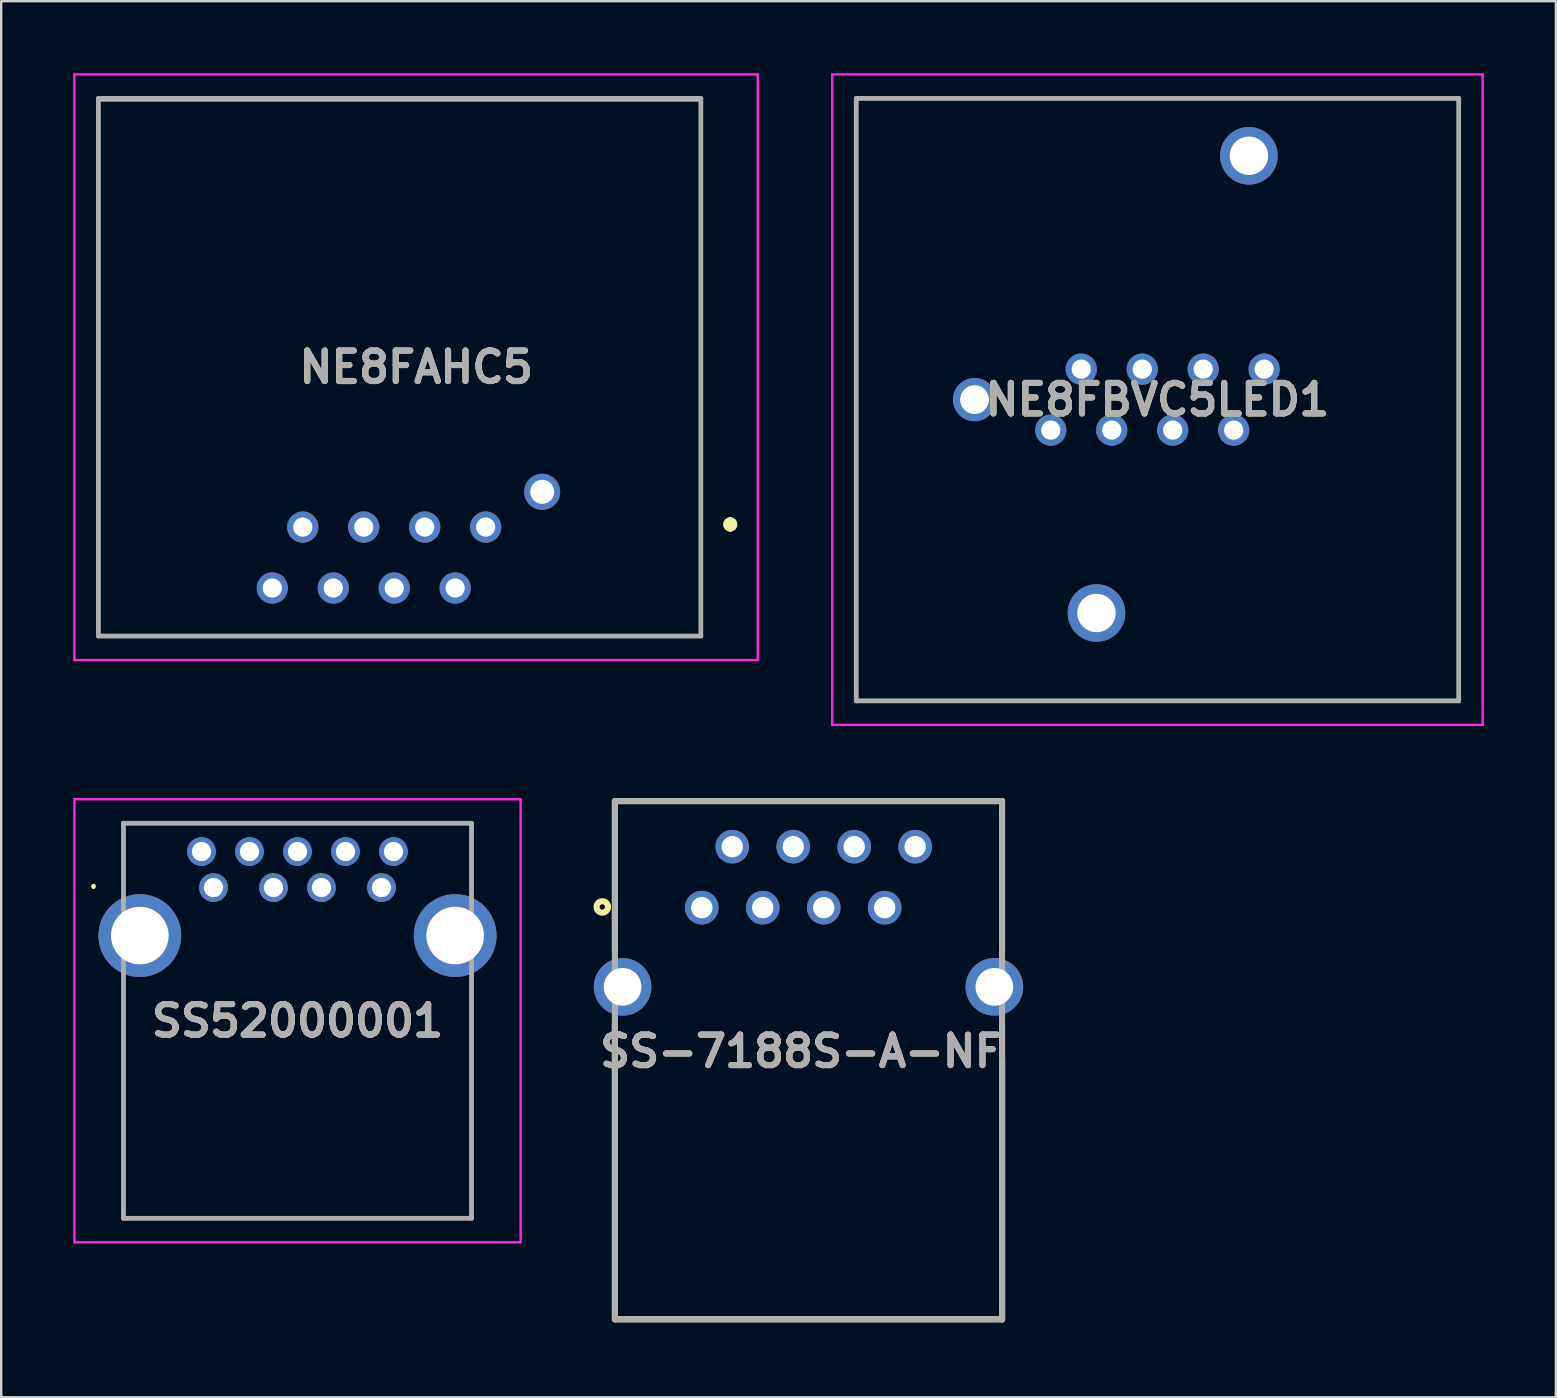
<source format=kicad_pcb>
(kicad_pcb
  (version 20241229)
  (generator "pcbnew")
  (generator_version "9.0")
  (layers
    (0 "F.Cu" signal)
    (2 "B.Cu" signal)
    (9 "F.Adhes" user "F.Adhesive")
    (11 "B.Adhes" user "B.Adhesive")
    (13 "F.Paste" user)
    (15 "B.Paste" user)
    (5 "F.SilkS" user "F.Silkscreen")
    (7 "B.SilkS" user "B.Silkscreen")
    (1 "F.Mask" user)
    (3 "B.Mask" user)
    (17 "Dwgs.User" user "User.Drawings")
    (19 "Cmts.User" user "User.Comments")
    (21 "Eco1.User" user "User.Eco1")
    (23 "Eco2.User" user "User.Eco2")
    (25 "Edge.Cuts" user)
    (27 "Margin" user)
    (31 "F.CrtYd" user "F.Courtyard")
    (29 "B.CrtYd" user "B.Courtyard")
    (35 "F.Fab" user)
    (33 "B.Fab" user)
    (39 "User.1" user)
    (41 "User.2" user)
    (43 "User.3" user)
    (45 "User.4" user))
  (footprint "NE8FBVC5LED1"
    (layer "F.Cu")
    (at 40.73 14.87)
    (property "Reference" "NE8FBVC5LED1" (at 4.445 -1.27 0) (layer "F.SilkS") (effects (font (size 1.27 1.27) (thickness 0.254))))
    (attr through_hole)
    (fp_line (start -8.105 -13.82) (end 16.995 -13.82) (stroke (width 0.1) (type solid)) (layer "F.SilkS"))
    (fp_line (start -8.105 11.28) (end -8.105 -13.82) (stroke (width 0.1) (type solid)) (layer "F.SilkS"))
    (fp_line (start 16.995 -13.82) (end 16.995 11.28) (stroke (width 0.1) (type solid)) (layer "F.SilkS"))
    (fp_line (start 16.995 11.28) (end -8.105 11.28) (stroke (width 0.1) (type solid)) (layer "F.SilkS"))
    (fp_line (start -9.105 -14.82) (end 17.995 -14.82) (stroke (width 0.1) (type solid)) (layer "F.CrtYd"))
    (fp_line (start -9.105 12.28) (end -9.105 -14.82) (stroke (width 0.1) (type solid)) (layer "F.CrtYd"))
    (fp_line (start 17.995 -14.82) (end 17.995 12.28) (stroke (width 0.1) (type solid)) (layer "F.CrtYd"))
    (fp_line (start 17.995 12.28) (end -9.105 12.28) (stroke (width 0.1) (type solid)) (layer "F.CrtYd"))
    (fp_line (start -8.105 -13.82) (end 16.995 -13.82) (stroke (width 0.2) (type solid)) (layer "F.Fab"))
    (fp_line (start -8.105 11.28) (end -8.105 -13.82) (stroke (width 0.2) (type solid)) (layer "F.Fab"))
    (fp_line (start 16.995 -13.82) (end 16.995 11.28) (stroke (width 0.2) (type solid)) (layer "F.Fab"))
    (fp_line (start 16.995 11.28) (end -8.105 11.28) (stroke (width 0.2) (type solid)) (layer "F.Fab"))
    (fp_text user "${REFERENCE}" (at 4.445 -1.27 0) (layer "F.Fab") (effects (font (size 1.27 1.27) (thickness 0.254))))
    (pad "1" thru_hole circle (at 0 0) (size 1.3 1.3) (drill 0.8) (layers "*.Cu" "*.Mask"))
    (pad "2" thru_hole circle (at 1.27 -2.54) (size 1.3 1.3) (drill 0.8) (layers "*.Cu" "*.Mask"))
    (pad "3" thru_hole circle (at 2.54 0) (size 1.3 1.3) (drill 0.8) (layers "*.Cu" "*.Mask"))
    (pad "4" thru_hole circle (at 3.81 -2.54) (size 1.3 1.3) (drill 0.8) (layers "*.Cu" "*.Mask"))
    (pad "5" thru_hole circle (at 5.08 0) (size 1.3 1.3) (drill 0.8) (layers "*.Cu" "*.Mask"))
    (pad "6" thru_hole circle (at 6.35 -2.54) (size 1.3 1.3) (drill 0.8) (layers "*.Cu" "*.Mask"))
    (pad "7" thru_hole circle (at 7.62 0) (size 1.3 1.3) (drill 0.8) (layers "*.Cu" "*.Mask"))
    (pad "8" thru_hole circle (at 8.89 -2.54) (size 1.3 1.3) (drill 0.8) (layers "*.Cu" "*.Mask"))
    (pad "9" thru_hole circle (at -3.175 -1.27) (size 1.8 1.8) (drill 1.2) (layers "*.Cu" "*.Mask"))
    (pad "10" thru_hole circle (at 1.905 7.62) (size 2.4 2.4) (drill 1.6) (layers "*.Cu" "*.Mask"))
    (pad "11" thru_hole circle (at 8.255 -11.43) (size 2.4 2.4) (drill 1.6) (layers "*.Cu" "*.Mask")))
  (footprint "SS52000001"
    (layer "F.Cu")
    (at 5.845 33.93)
    (property "Reference" "SS52000001" (at 3.5 5.55 0) (layer "F.SilkS") (effects (font (size 1.27 1.27) (thickness 0.254))))
    (attr through_hole)
    (fp_line (start -5 -0.1) (end -5 -0.1) (stroke (width 0.1) (type solid)) (layer "F.SilkS"))
    (fp_line (start -5 0) (end -5 0) (stroke (width 0.1) (type solid)) (layer "F.SilkS"))
    (fp_line (start -3.75 -2.68) (end 10.75 -2.68) (stroke (width 0.1) (type solid)) (layer "F.SilkS"))
    (fp_line (start -3.75 0) (end -3.75 -2.68) (stroke (width 0.1) (type solid)) (layer "F.SilkS"))
    (fp_line (start -3.75 4) (end -3.75 13.78) (stroke (width 0.1) (type solid)) (layer "F.SilkS"))
    (fp_line (start -3.75 13.78) (end 10.75 13.78) (stroke (width 0.1) (type solid)) (layer "F.SilkS"))
    (fp_line (start 10.75 -2.68) (end 10.75 0) (stroke (width 0.1) (type solid)) (layer "F.SilkS"))
    (fp_line (start 10.75 13.78) (end 10.75 4) (stroke (width 0.1) (type solid)) (layer "F.SilkS"))
    (fp_arc (start -5 -0.1) (mid -4.95 -0.05) (end -5 0) (stroke (width 0.1) (type solid)) (layer "F.SilkS"))
    (fp_arc (start -5 0) (mid -5.05 -0.05) (end -5 -0.1) (stroke (width 0.1) (type solid)) (layer "F.SilkS"))
    (fp_line (start -5.795 -3.68) (end 12.795 -3.68) (stroke (width 0.1) (type solid)) (layer "F.CrtYd"))
    (fp_line (start -5.795 14.78) (end -5.795 -3.68) (stroke (width 0.1) (type solid)) (layer "F.CrtYd"))
    (fp_line (start 12.795 -3.68) (end 12.795 14.78) (stroke (width 0.1) (type solid)) (layer "F.CrtYd"))
    (fp_line (start 12.795 14.78) (end -5.795 14.78) (stroke (width 0.1) (type solid)) (layer "F.CrtYd"))
    (fp_line (start -3.75 -2.68) (end 10.75 -2.68) (stroke (width 0.2) (type solid)) (layer "F.Fab"))
    (fp_line (start -3.75 13.78) (end -3.75 -2.68) (stroke (width 0.2) (type solid)) (layer "F.Fab"))
    (fp_line (start 10.75 -2.68) (end 10.75 13.78) (stroke (width 0.2) (type solid)) (layer "F.Fab"))
    (fp_line (start 10.75 13.78) (end -3.75 13.78) (stroke (width 0.2) (type solid)) (layer "F.Fab"))
    (fp_text user "${REFERENCE}" (at 3.5 5.55 0) (layer "F.Fab") (effects (font (size 1.27 1.27) (thickness 0.254))))
    (pad "1" thru_hole circle (at 0 0) (size 1.2 1.2) (drill 0.8) (layers "*.Cu" "*.Mask"))
    (pad "2" thru_hole circle (at 2.5 0) (size 1.2 1.2) (drill 0.8) (layers "*.Cu" "*.Mask"))
    (pad "3" thru_hole circle (at 4.5 0) (size 1.2 1.2) (drill 0.8) (layers "*.Cu" "*.Mask"))
    (pad "4" thru_hole circle (at 7 0) (size 1.2 1.2) (drill 0.8) (layers "*.Cu" "*.Mask"))
    (pad "5" thru_hole circle (at 7.5 -1.5) (size 1.2 1.2) (drill 0.8) (layers "*.Cu" "*.Mask"))
    (pad "6" thru_hole circle (at 5.5 -1.5) (size 1.2 1.2) (drill 0.8) (layers "*.Cu" "*.Mask"))
    (pad "7" thru_hole circle (at 3.5 -1.5) (size 1.2 1.2) (drill 0.8) (layers "*.Cu" "*.Mask"))
    (pad "8" thru_hole circle (at 1.5 -1.5) (size 1.2 1.2) (drill 0.8) (layers "*.Cu" "*.Mask"))
    (pad "9" thru_hole circle (at -0.5 -1.5) (size 1.2 1.2) (drill 0.8) (layers "*.Cu" "*.Mask"))
    (pad "MH1" thru_hole circle (at -3.07 2) (size 3.45 3.45) (drill 2.4) (layers "*.Cu" "*.Mask"))
    (pad "MH2" thru_hole circle (at 10.07 2) (size 3.45 3.45) (drill 2.4) (layers "*.Cu" "*.Mask")))
  (footprint "SS-7188S-A-NF"
    (layer "F.Cu")
    (at 30.635 51.917)
    (property "Reference" "SS-7188S-A-NF" (at -0.31 -11.165 0) (layer "F.SilkS") (effects (font (size 1.27 1.27) (thickness 0.254))))
    (attr through_hole)
    (fp_line (start -8.065 -21.59) (end -8.065 -15.38) (stroke (width 0.254) (type solid)) (layer "F.SilkS"))
    (fp_line (start -8.065 -21.59) (end 8.065 -21.59) (stroke (width 0.254) (type solid)) (layer "F.SilkS"))
    (fp_line (start -8.065 0) (end -8.065 -12.3) (stroke (width 0.254) (type solid)) (layer "F.SilkS"))
    (fp_line (start 8.065 -21.59) (end 8.065 -15.38) (stroke (width 0.254) (type solid)) (layer "F.SilkS"))
    (fp_line (start 8.065 0) (end -8.065 0) (stroke (width 0.254) (type solid)) (layer "F.SilkS"))
    (fp_line (start 8.065 0) (end 8.065 -12.3) (stroke (width 0.254) (type solid)) (layer "F.SilkS"))
    (fp_line (start 8.065 0) (end 8.065 -10.795) (stroke (width 0.254) (type solid)) (layer "F.SilkS"))
    (fp_circle (center -8.592 -17.18) (end -8.592 -17.069) (stroke (width 0.254) (type solid)) (fill no) (layer "F.SilkS"))
    (fp_line (start -8.065 -21.59) (end 8.065 -21.59) (stroke (width 0.254) (type solid)) (layer "F.Fab"))
    (fp_line (start -8.065 0) (end -8.065 -21.59) (stroke (width 0.254) (type solid)) (layer "F.Fab"))
    (fp_line (start 8.065 -21.59) (end 8.065 0) (stroke (width 0.254) (type solid)) (layer "F.Fab"))
    (fp_line (start 8.065 0) (end -8.065 0) (stroke (width 0.254) (type solid)) (layer "F.Fab"))
    (fp_text user "${REFERENCE}" (at -0.31 -11.165 0) (layer "F.Fab") (effects (font (size 1.27 1.27) (thickness 0.254))))
    (pad "" np_thru_hole circle (at -5.715 -10.8) (size 0.001 0.001) (drill 3.25) (layers "*.Cu" "*.Mask"))
    (pad "" np_thru_hole circle (at 5.715 -10.8) (size 0.001 0.001) (drill 3.25) (layers "*.Cu" "*.Mask"))
    (pad "1" thru_hole circle (at -4.445 -17.15) (size 1.4 1.4) (drill 0.89) (layers "*.Cu" "*.Mask"))
    (pad "2" thru_hole circle (at -3.175 -19.69) (size 1.4 1.4) (drill 0.89) (layers "*.Cu" "*.Mask"))
    (pad "3" thru_hole circle (at -1.905 -17.15) (size 1.4 1.4) (drill 0.89) (layers "*.Cu" "*.Mask"))
    (pad "4" thru_hole circle (at -0.635 -19.69) (size 1.4 1.4) (drill 0.89) (layers "*.Cu" "*.Mask"))
    (pad "5" thru_hole circle (at 0.635 -17.15) (size 1.4 1.4) (drill 0.89) (layers "*.Cu" "*.Mask"))
    (pad "6" thru_hole circle (at 1.905 -19.69) (size 1.4 1.4) (drill 0.89) (layers "*.Cu" "*.Mask"))
    (pad "7" thru_hole circle (at 3.175 -17.15) (size 1.4 1.4) (drill 0.89) (layers "*.Cu" "*.Mask"))
    (pad "8" thru_hole circle (at 4.445 -19.69) (size 1.4 1.4) (drill 0.89) (layers "*.Cu" "*.Mask"))
    (pad "11" thru_hole circle (at 7.745 -13.85) (size 2.4 2.4) (drill 1.57) (layers "*.Cu" "*.Mask"))
    (pad "12" thru_hole circle (at -7.745 -13.85) (size 2.4 2.4) (drill 1.57) (layers "*.Cu" "*.Mask")))
  (footprint "NE8FAHC5"
    (layer "F.Cu")
    (at 17.185 18.91)
    (property "Reference" "NE8FAHC5" (at -2.898 -6.66 0) (layer "F.SilkS") (effects (font (size 1.27 1.27) (thickness 0.254))))
    (attr through_hole)
    (fp_line (start -16.135 -17.78) (end 8.965 -17.78) (stroke (width 0.1) (type solid)) (layer "F.SilkS"))
    (fp_line (start -16.135 4.54) (end -16.135 -17.78) (stroke (width 0.1) (type solid)) (layer "F.SilkS"))
    (fp_line (start 8.965 -17.78) (end 8.965 4.54) (stroke (width 0.1) (type solid)) (layer "F.SilkS"))
    (fp_line (start 8.965 4.54) (end -16.135 4.54) (stroke (width 0.1) (type solid)) (layer "F.SilkS"))
    (fp_line (start 10.19 -0.26) (end 10.19 -0.26) (stroke (width 0.3) (type solid)) (layer "F.SilkS"))
    (fp_line (start 10.19 0.04) (end 10.19 0.04) (stroke (width 0.3) (type solid)) (layer "F.SilkS"))
    (fp_arc (start 10.19 -0.26) (mid 10.34 -0.11) (end 10.19 0.04) (stroke (width 0.3) (type solid)) (layer "F.SilkS"))
    (fp_arc (start 10.19 0.04) (mid 10.04 -0.11) (end 10.19 -0.26) (stroke (width 0.3) (type solid)) (layer "F.SilkS"))
    (fp_line (start -17.135 -18.86) (end 11.34 -18.86) (stroke (width 0.1) (type solid)) (layer "F.CrtYd"))
    (fp_line (start -17.135 5.54) (end -17.135 -18.86) (stroke (width 0.1) (type solid)) (layer "F.CrtYd"))
    (fp_line (start 11.34 -18.86) (end 11.34 5.54) (stroke (width 0.1) (type solid)) (layer "F.CrtYd"))
    (fp_line (start 11.34 5.54) (end -17.135 5.54) (stroke (width 0.1) (type solid)) (layer "F.CrtYd"))
    (fp_line (start -16.135 -17.86) (end 8.965 -17.86) (stroke (width 0.2) (type solid)) (layer "F.Fab"))
    (fp_line (start -16.135 4.54) (end -16.135 -17.86) (stroke (width 0.2) (type solid)) (layer "F.Fab"))
    (fp_line (start 8.965 -17.86) (end 8.965 4.54) (stroke (width 0.2) (type solid)) (layer "F.Fab"))
    (fp_line (start 8.965 4.54) (end -16.135 4.54) (stroke (width 0.2) (type solid)) (layer "F.Fab"))
    (fp_text user "${REFERENCE}" (at -2.898 -6.66 0) (layer "F.Fab") (effects (font (size 1.27 1.27) (thickness 0.254))))
    (pad "" np_thru_hole circle (at -9.525 -1.91) (size 0.001 0.001) (drill 1.55) (layers "*.Cu" "*.Mask"))
    (pad "" np_thru_hole circle (at 0.635 -10.8) (size 0.001 0.001) (drill 1.55) (layers "*.Cu" "*.Mask"))
    (pad "1" thru_hole circle (at 0 0) (size 1.3 1.3) (drill 0.8) (layers "*.Cu" "*.Mask"))
    (pad "2" thru_hole circle (at -1.27 2.54) (size 1.3 1.3) (drill 0.8) (layers "*.Cu" "*.Mask"))
    (pad "3" thru_hole circle (at -2.54 0) (size 1.3 1.3) (drill 0.8) (layers "*.Cu" "*.Mask"))
    (pad "4" thru_hole circle (at -3.81 2.54) (size 1.3 1.3) (drill 0.8) (layers "*.Cu" "*.Mask"))
    (pad "5" thru_hole circle (at -5.08 0) (size 1.3 1.3) (drill 0.8) (layers "*.Cu" "*.Mask"))
    (pad "6" thru_hole circle (at -6.35 2.54) (size 1.3 1.3) (drill 0.8) (layers "*.Cu" "*.Mask"))
    (pad "7" thru_hole circle (at -7.62 0) (size 1.3 1.3) (drill 0.8) (layers "*.Cu" "*.Mask"))
    (pad "8" thru_hole circle (at -8.89 2.54) (size 1.3 1.3) (drill 0.8) (layers "*.Cu" "*.Mask"))
    (pad "G1" thru_hole circle (at 2.355 -1.47) (size 1.5 1.5) (drill 1) (layers "*.Cu" "*.Mask")))
  (gr_rect
    (start -3 -3)
    (end 61.775 55.167)
    (stroke (width 0.1) (type default))
    (fill no)
    (layer "Edge.Cuts")))
</source>
